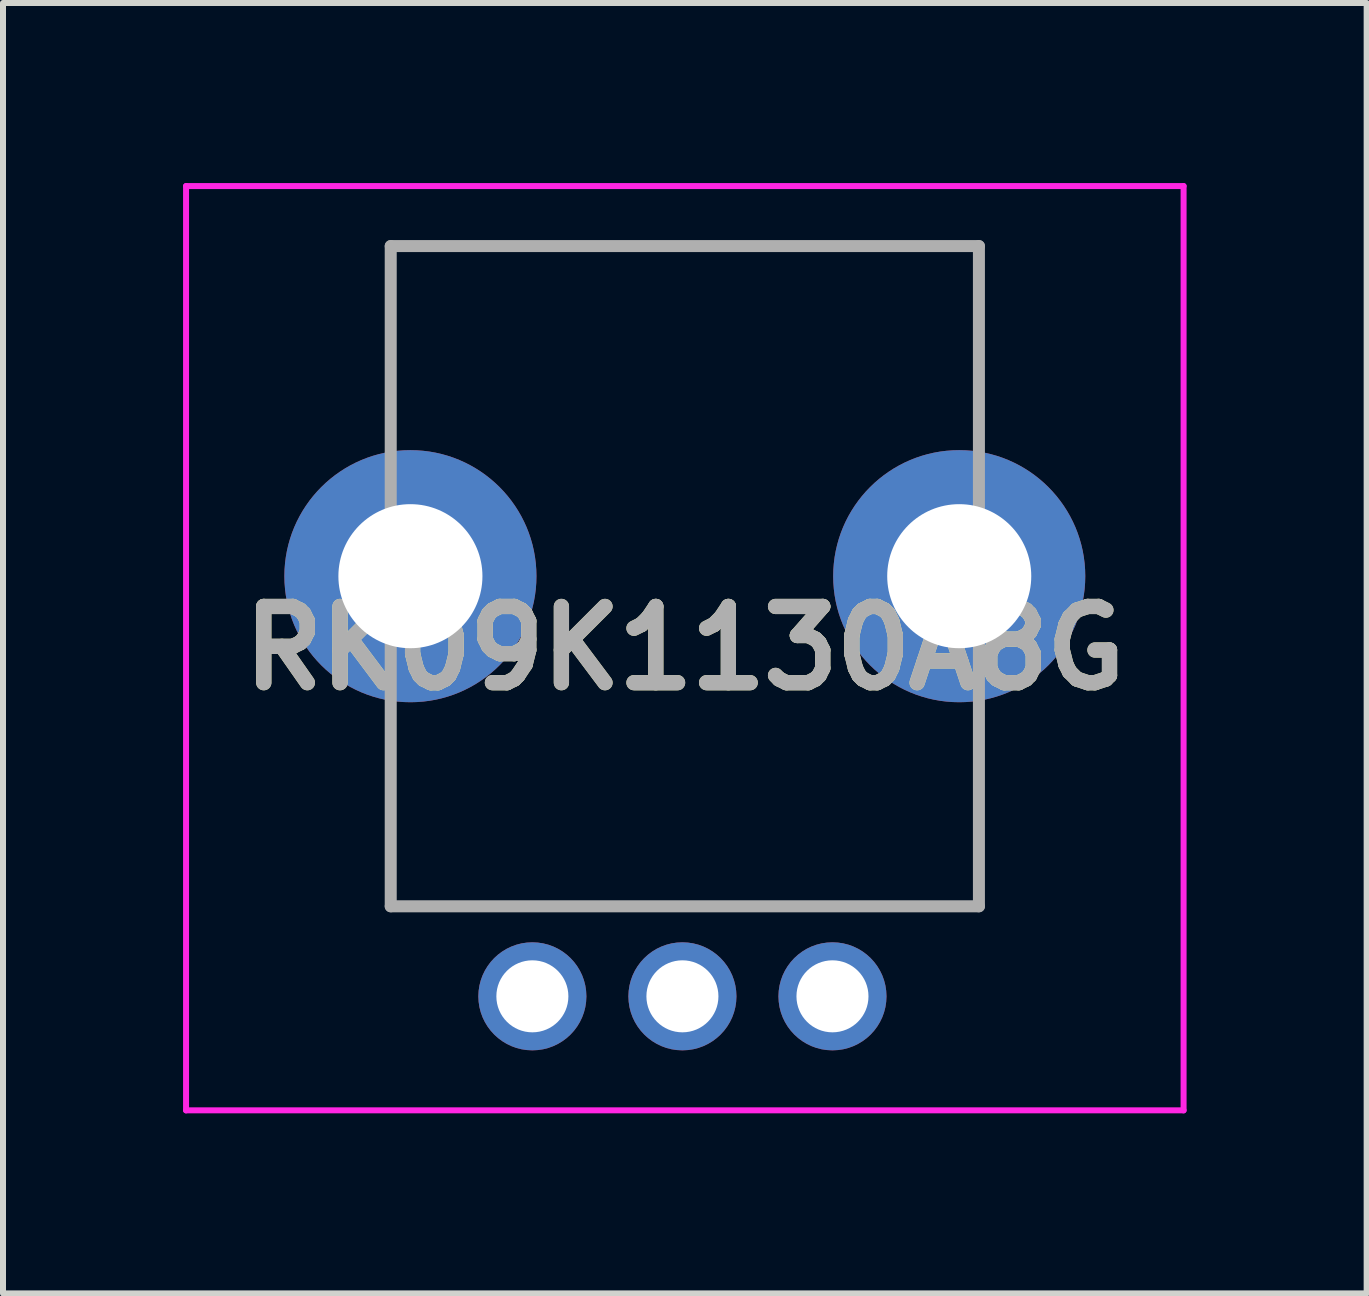
<source format=kicad_pcb>
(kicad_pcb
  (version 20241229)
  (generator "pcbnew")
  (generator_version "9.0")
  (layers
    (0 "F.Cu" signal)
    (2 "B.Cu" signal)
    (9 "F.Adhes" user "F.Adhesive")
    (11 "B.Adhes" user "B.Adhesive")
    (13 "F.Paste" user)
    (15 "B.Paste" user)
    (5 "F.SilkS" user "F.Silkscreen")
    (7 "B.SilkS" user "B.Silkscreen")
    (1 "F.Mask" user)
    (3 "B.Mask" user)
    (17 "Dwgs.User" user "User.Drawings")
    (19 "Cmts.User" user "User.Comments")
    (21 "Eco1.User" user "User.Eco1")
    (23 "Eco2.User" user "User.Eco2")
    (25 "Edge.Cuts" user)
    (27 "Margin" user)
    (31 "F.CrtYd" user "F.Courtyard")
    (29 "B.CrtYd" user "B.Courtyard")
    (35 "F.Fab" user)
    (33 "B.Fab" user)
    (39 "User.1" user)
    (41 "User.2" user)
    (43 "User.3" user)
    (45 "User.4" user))
  (footprint "RK09K1130A8G"
    (layer "F.Cu")
    (at 5.82 13.55)
    (property "Reference" "RK09K1130A8G" (at 2.54 -5.8 0) (layer "F.SilkS") (effects (font (size 1.27 1.27) (thickness 0.254))))
    (attr through_hole)
    (fp_line (start -2.36 -12.5) (end 7.44 -12.5) (stroke (width 0.1) (type solid)) (layer "F.SilkS"))
    (fp_line (start -2.36 -10) (end -2.36 -12.5) (stroke (width 0.1) (type solid)) (layer "F.SilkS"))
    (fp_line (start -2.36 -1.5) (end -2.36 -4) (stroke (width 0.1) (type solid)) (layer "F.SilkS"))
    (fp_line (start 7.44 -12.5) (end 7.44 -10) (stroke (width 0.1) (type solid)) (layer "F.SilkS"))
    (fp_line (start 7.44 -4) (end 7.44 -1.5) (stroke (width 0.1) (type solid)) (layer "F.SilkS"))
    (fp_line (start 7.44 -1.5) (end -2.36 -1.5) (stroke (width 0.1) (type solid)) (layer "F.SilkS"))
    (fp_line (start -5.77 -13.5) (end 10.85 -13.5) (stroke (width 0.1) (type solid)) (layer "F.CrtYd"))
    (fp_line (start -5.77 1.9) (end -5.77 -13.5) (stroke (width 0.1) (type solid)) (layer "F.CrtYd"))
    (fp_line (start 10.85 -13.5) (end 10.85 1.9) (stroke (width 0.1) (type solid)) (layer "F.CrtYd"))
    (fp_line (start 10.85 1.9) (end -5.77 1.9) (stroke (width 0.1) (type solid)) (layer "F.CrtYd"))
    (fp_line (start -2.36 -12.5) (end 7.44 -12.5) (stroke (width 0.2) (type solid)) (layer "F.Fab"))
    (fp_line (start -2.36 -1.5) (end -2.36 -12.5) (stroke (width 0.2) (type solid)) (layer "F.Fab"))
    (fp_line (start 7.44 -12.5) (end 7.44 -1.5) (stroke (width 0.2) (type solid)) (layer "F.Fab"))
    (fp_line (start 7.44 -1.5) (end -2.36 -1.5) (stroke (width 0.2) (type solid)) (layer "F.Fab"))
    (fp_text user "${REFERENCE}" (at 2.54 -5.8 0) (layer "F.Fab") (effects (font (size 1.27 1.27) (thickness 0.254))))
    (pad "0" thru_hole circle (at -2.032 -7) (size 4.2 4.2) (drill 2.4) (layers "*.Cu" "*.Mask"))
    (pad "0" thru_hole circle (at 7.112 -7) (size 4.2 4.2) (drill 2.4) (layers "*.Cu" "*.Mask"))
    (pad "1" thru_hole circle (at 0 0) (size 1.8 1.8) (drill 1.2) (layers "*.Cu" "*.Mask"))
    (pad "2" thru_hole circle (at 2.5 0) (size 1.8 1.8) (drill 1.2) (layers "*.Cu" "*.Mask"))
    (pad "3" thru_hole circle (at 5 0) (size 1.8 1.8) (drill 1.2) (layers "*.Cu" "*.Mask")))
  (gr_rect
    (start -3 -3)
    (end 19.72 18.5)
    (stroke (width 0.1) (type default))
    (fill no)
    (layer "Edge.Cuts")))
</source>
